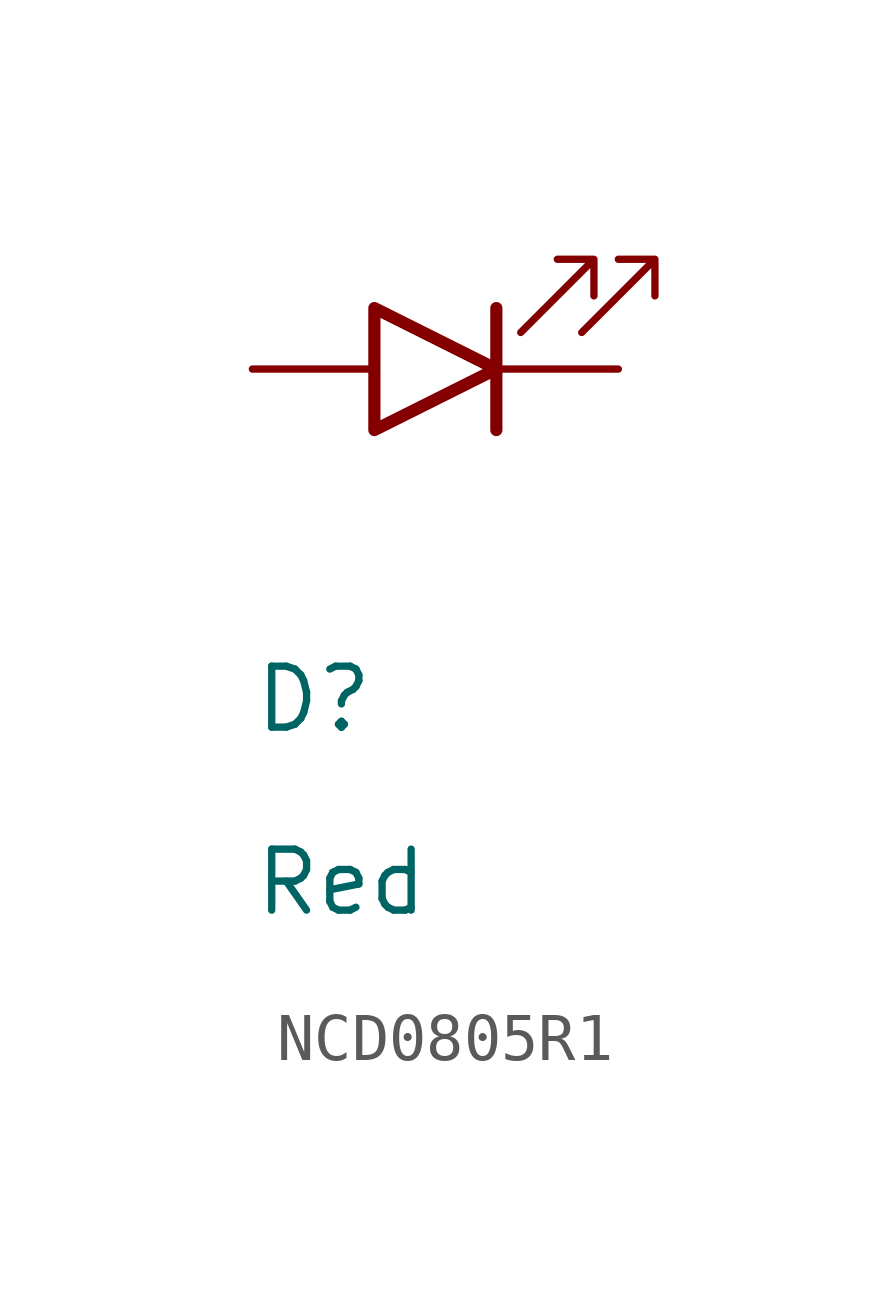
<source format=kicad_sym>
(kicad_symbol_lib
  (version 20241209)
  (generator "kicad_symbol_editor")
  (generator_version "9.0")
  (symbol "NCD0805R1"
    (pin_numbers
      (hide yes))
    (pin_names
      (hide yes))
    (property "Reference" "D"
      (at 0 -7.62 0)
      (effects (font (size 1.27 1.27)) (justify left bottom)))
    (property "Value" "Red"
      (at 0 -11.43 0)
      (effects (font (size 1.27 1.27)) (justify left bottom)))
    (symbol "NCD0805R1_0_1"
      (polyline (pts (xy 2.54 1.27) (xy 2.54 -1.27) (xy 5.08 0) (xy 2.54 1.27)) (stroke (width 0.254) (type default)) (fill (type none)))
      (polyline (pts (xy 5.08 1.27) (xy 5.08 -1.27)) (stroke (width 0.254) (type default)) (fill (type none)))
      (polyline (pts (xy 5.588 0.762) (xy 7.112 2.286) (xy 6.35 2.286) (xy 7.112 2.286) (xy 7.112 1.524)) (stroke (width 0) (type default)) (fill (type none)))
      (polyline (pts (xy 6.858 0.762) (xy 8.382 2.286) (xy 7.62 2.286) (xy 8.382 2.286) (xy 8.382 1.524)) (stroke (width 0) (type default)) (fill (type none))))
    (symbol "NCD0805R1_1_1"
      (pin passive line (at 0 0 0) (length 2.54) (name "A" (effects (font (size 1.27 1.27)))) (number "2" (effects (font (size 1.016 1.016)))))
      (pin passive line (at 7.62 0 180) (length 2.54) (name "K" (effects (font (size 1.27 1.27)))) (number "1" (effects (font (size 1.016 1.016))))))))
</source>
